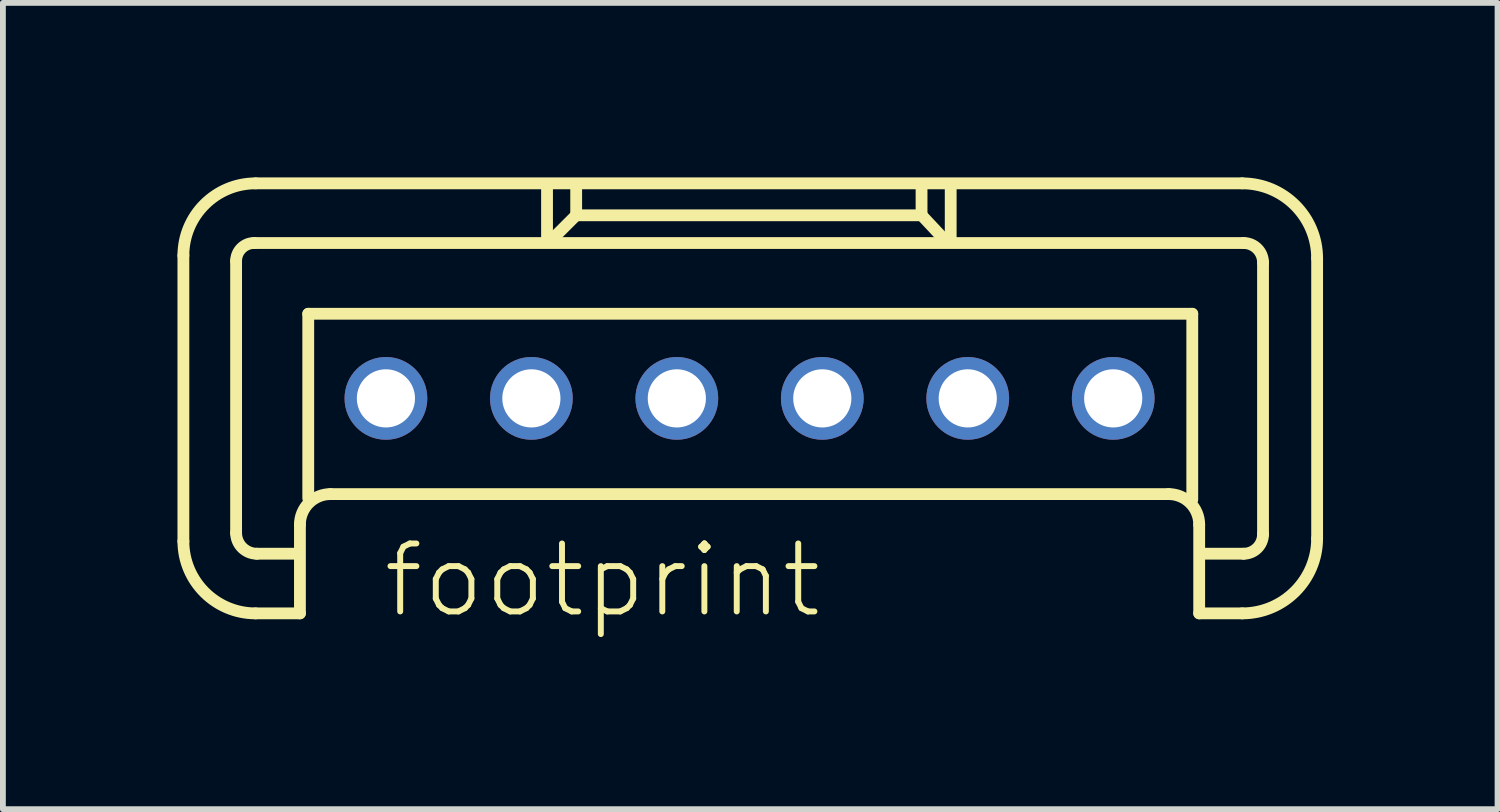
<source format=kicad_pcb>
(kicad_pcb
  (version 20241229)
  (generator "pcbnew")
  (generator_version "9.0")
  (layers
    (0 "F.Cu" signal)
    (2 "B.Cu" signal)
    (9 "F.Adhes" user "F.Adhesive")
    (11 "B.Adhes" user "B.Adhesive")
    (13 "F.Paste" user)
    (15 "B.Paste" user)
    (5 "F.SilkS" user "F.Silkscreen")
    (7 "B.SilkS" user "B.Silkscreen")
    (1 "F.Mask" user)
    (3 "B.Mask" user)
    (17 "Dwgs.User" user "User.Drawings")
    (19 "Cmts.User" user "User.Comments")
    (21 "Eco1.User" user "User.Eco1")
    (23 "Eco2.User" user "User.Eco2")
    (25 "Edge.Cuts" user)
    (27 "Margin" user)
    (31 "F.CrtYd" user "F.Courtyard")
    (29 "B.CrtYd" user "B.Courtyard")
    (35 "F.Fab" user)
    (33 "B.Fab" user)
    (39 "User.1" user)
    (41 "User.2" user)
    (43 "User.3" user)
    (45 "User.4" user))
  (footprint "footprint"
    (layer "F.Cu")
    (at 9.833 3.797)
    (property "Reference" "footprint" (at -6.35 3.81 0) (layer "F.SilkS") (effects (font (size 1.168 1.168) (thickness 0.102)) (justify left bottom)))
    (fp_line (start -9.731 2.456) (end -9.731 -2.456) (stroke (width 0.203) (type solid)) (layer "F.SilkS"))
    (fp_line (start -8.825 2.313) (end -8.825 -2.361) (stroke (width 0.203) (type solid)) (layer "F.SilkS"))
    (fp_line (start -8.515 -2.67) (end 8.491 -2.67) (stroke (width 0.203) (type solid)) (layer "F.SilkS"))
    (fp_line (start -8.491 -3.696) (end 8.467 -3.696) (stroke (width 0.203) (type solid)) (layer "F.SilkS"))
    (fp_line (start -7.752 2.67) (end -8.467 2.67) (stroke (width 0.203) (type solid)) (layer "F.SilkS"))
    (fp_line (start -7.728 2.17) (end -7.728 3.695) (stroke (width 0.203) (type solid)) (layer "F.SilkS"))
    (fp_line (start -7.728 3.695) (end -8.491 3.695) (stroke (width 0.203) (type solid)) (layer "F.SilkS"))
    (fp_line (start -7.585 -1.454) (end 7.609 -1.454) (stroke (width 0.203) (type solid)) (layer "F.SilkS"))
    (fp_line (start -7.585 1.716) (end -7.585 -1.454) (stroke (width 0.203) (type solid)) (layer "F.SilkS"))
    (fp_line (start -3.481 -3.648) (end -3.481 -2.742) (stroke (width 0.203) (type solid)) (layer "F.SilkS"))
    (fp_line (start -3.004 -3.123) (end -3.386 -2.742) (stroke (width 0.203) (type solid)) (layer "F.SilkS"))
    (fp_line (start -2.98 -3.147) (end -2.98 -3.624) (stroke (width 0.203) (type solid)) (layer "F.SilkS"))
    (fp_line (start 2.956 -3.672) (end 2.956 -3.147) (stroke (width 0.203) (type solid)) (layer "F.SilkS"))
    (fp_line (start 2.956 -3.147) (end -2.98 -3.147) (stroke (width 0.203) (type solid)) (layer "F.SilkS"))
    (fp_line (start 2.98 -3.123) (end 3.314 -2.766) (stroke (width 0.203) (type solid)) (layer "F.SilkS"))
    (fp_line (start 3.457 -3.624) (end 3.457 -2.742) (stroke (width 0.203) (type solid)) (layer "F.SilkS"))
    (fp_line (start 7.204 1.645) (end -7.204 1.645) (stroke (width 0.203) (type solid)) (layer "F.SilkS"))
    (fp_line (start 7.609 -1.454) (end 7.609 1.74) (stroke (width 0.203) (type solid)) (layer "F.SilkS"))
    (fp_line (start 7.728 3.695) (end 7.728 2.17) (stroke (width 0.203) (type solid)) (layer "F.SilkS"))
    (fp_line (start 8.467 3.695) (end 7.728 3.695) (stroke (width 0.203) (type solid)) (layer "F.SilkS"))
    (fp_line (start 8.491 2.67) (end 7.824 2.67) (stroke (width 0.203) (type solid)) (layer "F.SilkS"))
    (fp_line (start 8.825 -2.337) (end 8.825 2.336) (stroke (width 0.203) (type solid)) (layer "F.SilkS"))
    (fp_line (start 9.755 -2.408) (end 9.755 2.408) (stroke (width 0.203) (type solid)) (layer "F.SilkS"))
    (fp_arc (start -9.731 -2.4558) (mid -9.367871 -3.332471) (end -8.4912 -3.6956) (stroke (width 0.2032) (type solid)) (layer "F.SilkS"))
    (fp_arc (start -8.825 -2.3605) (mid -8.734232 -2.579632) (end -8.5151 -2.6704) (stroke (width 0.2032) (type solid)) (layer "F.SilkS"))
    (fp_arc (start -8.4912 3.6954) (mid -9.367871 3.332271) (end -9.731 2.4556) (stroke (width 0.2032) (type solid)) (layer "F.SilkS"))
    (fp_arc (start -8.4674 2.6702) (mid -8.720261 2.565461) (end -8.825 2.3126) (stroke (width 0.2032) (type solid)) (layer "F.SilkS"))
    (fp_arc (start -7.7283 2.1695) (mid -7.574678 1.798622) (end -7.2038 1.645) (stroke (width 0.2032) (type solid)) (layer "F.SilkS"))
    (fp_arc (start 7.2036 1.645) (mid 7.574478 1.798622) (end 7.7281 2.1695) (stroke (width 0.2032) (type solid)) (layer "F.SilkS"))
    (fp_arc (start 8.4672 -3.6956) (mid 9.3776 -3.3185) (end 9.7547 -2.4081) (stroke (width 0.2032) (type solid)) (layer "F.SilkS"))
    (fp_arc (start 8.4911 -2.6704) (mid 8.727132 -2.572632) (end 8.8249 -2.3366) (stroke (width 0.2032) (type solid)) (layer "F.SilkS"))
    (fp_arc (start 8.8249 2.3364) (mid 8.727132 2.572432) (end 8.4911 2.6702) (stroke (width 0.2032) (type solid)) (layer "F.SilkS"))
    (fp_arc (start 9.7547 2.4079) (mid 9.3776 3.3183) (end 8.4672 3.6954) (stroke (width 0.2032) (type solid)) (layer "F.SilkS"))
    (pad "1" thru_hole circle (at -6.25 0) (size 1.422 1.422) (drill 1) (layers "*.Cu" "*.Mask"))
    (pad "2" thru_hole circle (at -3.75 0) (size 1.422 1.422) (drill 1) (layers "*.Cu" "*.Mask"))
    (pad "3" thru_hole circle (at -1.25 0) (size 1.422 1.422) (drill 1) (layers "*.Cu" "*.Mask"))
    (pad "4" thru_hole circle (at 1.25 0) (size 1.422 1.422) (drill 1) (layers "*.Cu" "*.Mask"))
    (pad "5" thru_hole circle (at 3.75 0) (size 1.422 1.422) (drill 1) (layers "*.Cu" "*.Mask"))
    (pad "6" thru_hole circle (at 6.25 0) (size 1.422 1.422) (drill 1) (layers "*.Cu" "*.Mask")))
  (gr_rect
    (start -3 -3)
    (end 22.689 10.858)
    (stroke (width 0.1) (type default))
    (fill no)
    (layer "Edge.Cuts")))
</source>
